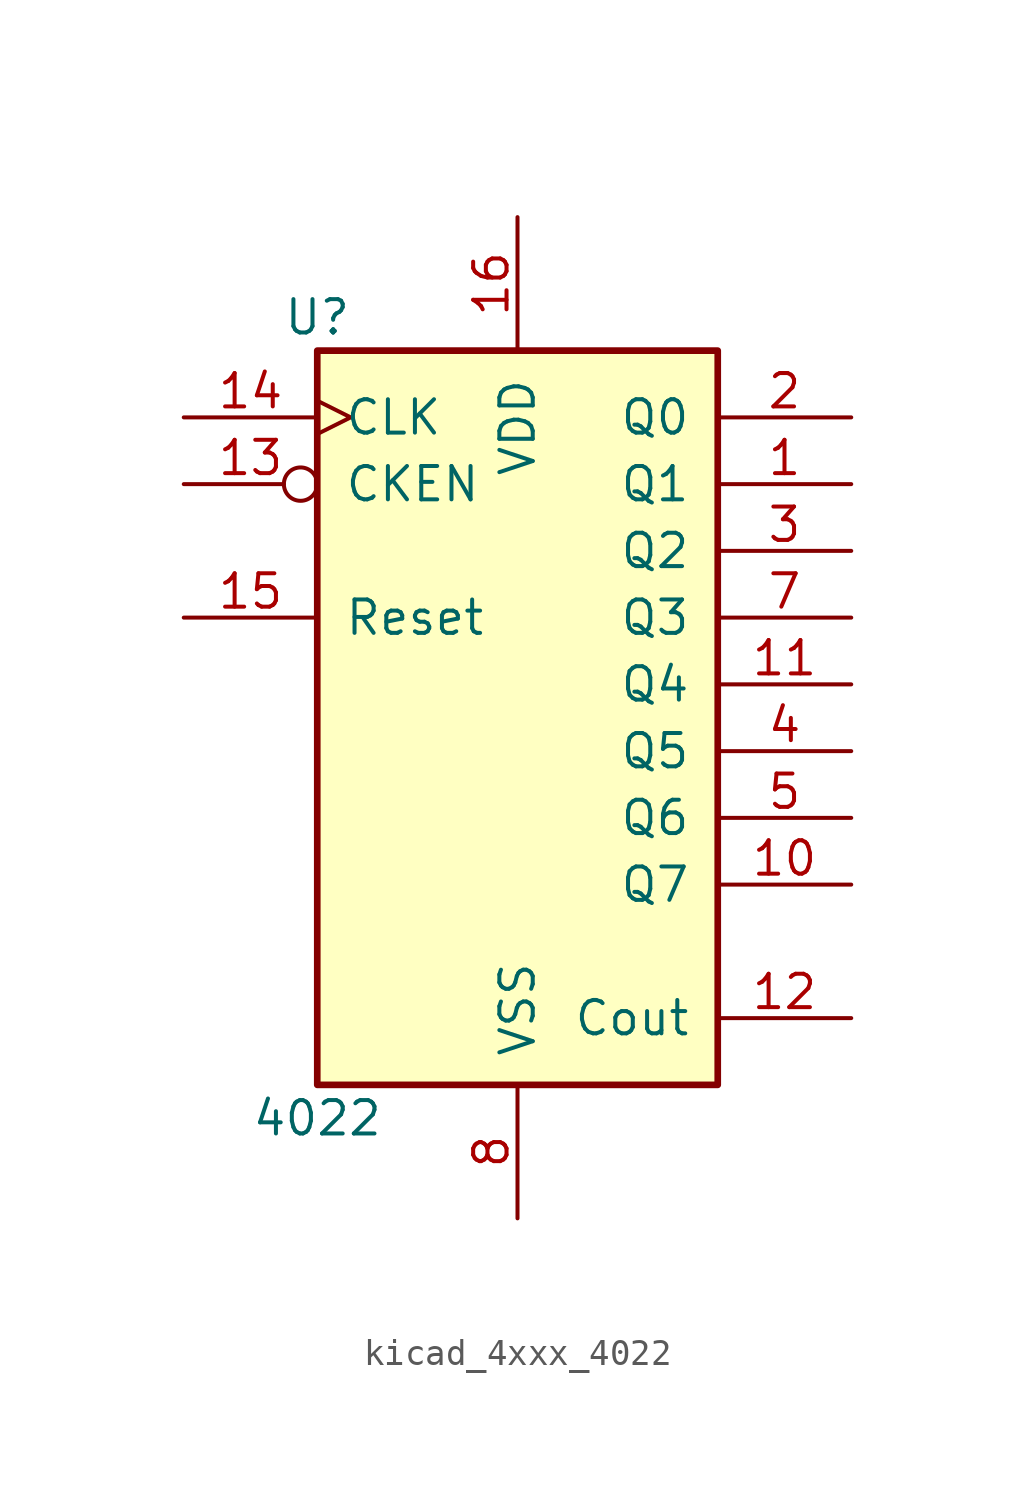
<source format=kicad_sym>
(kicad_symbol_lib
  (version 20220914)
  (generator kicad_symbol_editor)
  (symbol "kicad_4xxx_4022"
    (pin_names
      (offset 1.016))
    (property "Reference" "U"
      (at -7.62 13.97 0)
      (effects (font (size 1.27 1.27))))
    (property "Value" "4022"
      (at -7.62 -16.51 0)
      (effects (font (size 1.27 1.27))))
    (property "ki_locked" ""
      (at 0 0 0)
      (effects (font (size 1.27 1.27))))
    (symbol "kicad_4xxx_4022_1_0"
      (pin output line (at 12.7 7.62 180) (length 5.08) (name "Q1" (effects (font (size 1.27 1.27)))) (number "1" (effects (font (size 1.27 1.27)))))
      (pin output line (at 12.7 -7.62 180) (length 5.08) (name "Q7" (effects (font (size 1.27 1.27)))) (number "10" (effects (font (size 1.27 1.27)))))
      (pin output line (at 12.7 0 180) (length 5.08) (name "Q4" (effects (font (size 1.27 1.27)))) (number "11" (effects (font (size 1.27 1.27)))))
      (pin output line (at 12.7 -12.7 180) (length 5.08) (name "Cout" (effects (font (size 1.27 1.27)))) (number "12" (effects (font (size 1.27 1.27)))))
      (pin input inverted (at -12.7 7.62 0) (length 5.08) (name "CKEN" (effects (font (size 1.27 1.27)))) (number "13" (effects (font (size 1.27 1.27)))))
      (pin input clock (at -12.7 10.16 0) (length 5.08) (name "CLK" (effects (font (size 1.27 1.27)))) (number "14" (effects (font (size 1.27 1.27)))))
      (pin input line (at -12.7 2.54 0) (length 5.08) (name "Reset" (effects (font (size 1.27 1.27)))) (number "15" (effects (font (size 1.27 1.27)))))
      (pin power_in line (at 0 17.78 270) (length 5.08) (name "VDD" (effects (font (size 1.27 1.27)))) (number "16" (effects (font (size 1.27 1.27)))))
      (pin output line (at 12.7 10.16 180) (length 5.08) (name "Q0" (effects (font (size 1.27 1.27)))) (number "2" (effects (font (size 1.27 1.27)))))
      (pin output line (at 12.7 5.08 180) (length 5.08) (name "Q2" (effects (font (size 1.27 1.27)))) (number "3" (effects (font (size 1.27 1.27)))))
      (pin output line (at 12.7 -2.54 180) (length 5.08) (name "Q5" (effects (font (size 1.27 1.27)))) (number "4" (effects (font (size 1.27 1.27)))))
      (pin output line (at 12.7 -5.08 180) (length 5.08) (name "Q6" (effects (font (size 1.27 1.27)))) (number "5" (effects (font (size 1.27 1.27)))))
      (pin output line (at 12.7 2.54 180) (length 5.08) (name "Q3" (effects (font (size 1.27 1.27)))) (number "7" (effects (font (size 1.27 1.27)))))
      (pin power_in line (at 0 -20.32 90) (length 5.08) (name "VSS" (effects (font (size 1.27 1.27)))) (number "8" (effects (font (size 1.27 1.27))))))
    (symbol "kicad_4xxx_4022_1_1"
      (rectangle (start -7.62 12.7) (end 7.62 -15.24) (stroke (width 0.254) (type default)) (fill (type background))))))
</source>
